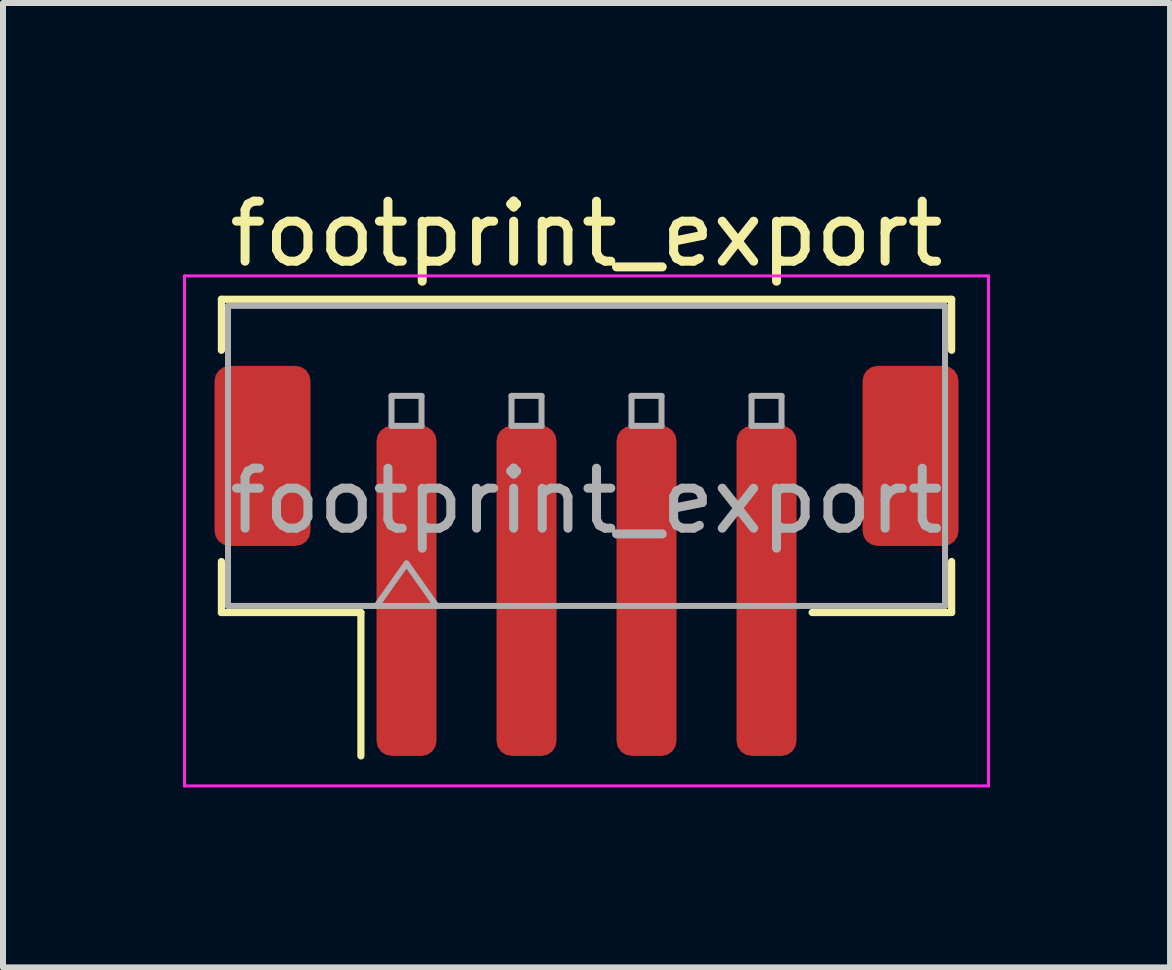
<source format=kicad_pcb>
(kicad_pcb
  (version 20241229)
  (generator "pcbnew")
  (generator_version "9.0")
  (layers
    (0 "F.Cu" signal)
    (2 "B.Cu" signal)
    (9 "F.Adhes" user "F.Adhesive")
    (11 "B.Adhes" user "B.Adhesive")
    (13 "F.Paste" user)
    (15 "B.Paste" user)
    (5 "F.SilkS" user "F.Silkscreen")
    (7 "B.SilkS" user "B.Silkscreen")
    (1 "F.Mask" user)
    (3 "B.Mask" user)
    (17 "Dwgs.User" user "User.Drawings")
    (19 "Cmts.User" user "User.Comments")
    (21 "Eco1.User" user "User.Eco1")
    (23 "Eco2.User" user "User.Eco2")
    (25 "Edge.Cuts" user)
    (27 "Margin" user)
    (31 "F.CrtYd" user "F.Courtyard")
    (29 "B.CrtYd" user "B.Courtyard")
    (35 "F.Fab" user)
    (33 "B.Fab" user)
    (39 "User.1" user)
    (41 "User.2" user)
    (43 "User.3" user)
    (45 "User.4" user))
  (footprint "footprint_export"
    (layer "F.Cu")
    (at 6.725 6.298)
    (property "Reference" "footprint_export" (at 0 -5.45 0) (layer "F.SilkS") (effects (font (size 1 1) (thickness 0.15))))
    (attr smd)
    (fp_line (start -6.085 -4.36) (end 6.085 -4.36) (stroke (width 0.12) (type solid)) (layer "F.SilkS"))
    (fp_line (start -6.085 -3.51) (end -6.085 -4.36) (stroke (width 0.12) (type solid)) (layer "F.SilkS"))
    (fp_line (start -6.085 0.01) (end -6.085 0.86) (stroke (width 0.12) (type solid)) (layer "F.SilkS"))
    (fp_line (start -6.085 0.86) (end -3.76 0.86) (stroke (width 0.12) (type solid)) (layer "F.SilkS"))
    (fp_line (start -3.76 0.86) (end -3.76 3.25) (stroke (width 0.12) (type solid)) (layer "F.SilkS"))
    (fp_line (start 6.085 -4.36) (end 6.085 -3.51) (stroke (width 0.12) (type solid)) (layer "F.SilkS"))
    (fp_line (start 6.085 0.01) (end 6.085 0.86) (stroke (width 0.12) (type solid)) (layer "F.SilkS"))
    (fp_line (start 6.085 0.86) (end 3.76 0.86) (stroke (width 0.12) (type solid)) (layer "F.SilkS"))
    (fp_line (start -6.7 -4.75) (end -6.7 3.75) (stroke (width 0.05) (type solid)) (layer "F.CrtYd"))
    (fp_line (start -6.7 3.75) (end 6.7 3.75) (stroke (width 0.05) (type solid)) (layer "F.CrtYd"))
    (fp_line (start 6.7 -4.75) (end -6.7 -4.75) (stroke (width 0.05) (type solid)) (layer "F.CrtYd"))
    (fp_line (start 6.7 3.75) (end 6.7 -4.75) (stroke (width 0.05) (type solid)) (layer "F.CrtYd"))
    (fp_line (start -5.975 -4.25) (end 5.975 -4.25) (stroke (width 0.1) (type solid)) (layer "F.Fab"))
    (fp_line (start -5.975 0.75) (end -5.975 -4.25) (stroke (width 0.1) (type solid)) (layer "F.Fab"))
    (fp_line (start -5.975 0.75) (end 5.975 0.75) (stroke (width 0.1) (type solid)) (layer "F.Fab"))
    (fp_line (start -3.5 0.75) (end -3 0.043) (stroke (width 0.1) (type solid)) (layer "F.Fab"))
    (fp_line (start -3.25 -2.75) (end -3.25 -2.25) (stroke (width 0.1) (type solid)) (layer "F.Fab"))
    (fp_line (start -3.25 -2.25) (end -2.75 -2.25) (stroke (width 0.1) (type solid)) (layer "F.Fab"))
    (fp_line (start -3 0.043) (end -2.5 0.75) (stroke (width 0.1) (type solid)) (layer "F.Fab"))
    (fp_line (start -2.75 -2.75) (end -3.25 -2.75) (stroke (width 0.1) (type solid)) (layer "F.Fab"))
    (fp_line (start -2.75 -2.25) (end -2.75 -2.75) (stroke (width 0.1) (type solid)) (layer "F.Fab"))
    (fp_line (start -1.25 -2.75) (end -1.25 -2.25) (stroke (width 0.1) (type solid)) (layer "F.Fab"))
    (fp_line (start -1.25 -2.25) (end -0.75 -2.25) (stroke (width 0.1) (type solid)) (layer "F.Fab"))
    (fp_line (start -0.75 -2.75) (end -1.25 -2.75) (stroke (width 0.1) (type solid)) (layer "F.Fab"))
    (fp_line (start -0.75 -2.25) (end -0.75 -2.75) (stroke (width 0.1) (type solid)) (layer "F.Fab"))
    (fp_line (start 0.75 -2.75) (end 0.75 -2.25) (stroke (width 0.1) (type solid)) (layer "F.Fab"))
    (fp_line (start 0.75 -2.25) (end 1.25 -2.25) (stroke (width 0.1) (type solid)) (layer "F.Fab"))
    (fp_line (start 1.25 -2.75) (end 0.75 -2.75) (stroke (width 0.1) (type solid)) (layer "F.Fab"))
    (fp_line (start 1.25 -2.25) (end 1.25 -2.75) (stroke (width 0.1) (type solid)) (layer "F.Fab"))
    (fp_line (start 2.75 -2.75) (end 2.75 -2.25) (stroke (width 0.1) (type solid)) (layer "F.Fab"))
    (fp_line (start 2.75 -2.25) (end 3.25 -2.25) (stroke (width 0.1) (type solid)) (layer "F.Fab"))
    (fp_line (start 3.25 -2.75) (end 2.75 -2.75) (stroke (width 0.1) (type solid)) (layer "F.Fab"))
    (fp_line (start 3.25 -2.25) (end 3.25 -2.75) (stroke (width 0.1) (type solid)) (layer "F.Fab"))
    (fp_line (start 5.975 0.75) (end 5.975 -4.25) (stroke (width 0.1) (type solid)) (layer "F.Fab"))
    (fp_text user "${REFERENCE}" (at 0 -1 0) (layer "F.Fab") (effects (font (size 1 1) (thickness 0.15))))
    (pad "1" smd roundrect (at -3 0.5) (size 1 5.5) (layers "F.Cu" "F.Mask" "F.Paste") (roundrect_rratio 0.25))
    (pad "2" smd roundrect (at -1 0.5) (size 1 5.5) (layers "F.Cu" "F.Mask" "F.Paste") (roundrect_rratio 0.25))
    (pad "3" smd roundrect (at 1 0.5) (size 1 5.5) (layers "F.Cu" "F.Mask" "F.Paste") (roundrect_rratio 0.25))
    (pad "4" smd roundrect (at 3 0.5) (size 1 5.5) (layers "F.Cu" "F.Mask" "F.Paste") (roundrect_rratio 0.25))
    (pad "MP" smd roundrect (at -5.4 -1.75) (size 1.6 3) (layers "F.Cu" "F.Mask" "F.Paste") (roundrect_rratio 0.156))
    (pad "MP" smd roundrect (at 5.4 -1.75) (size 1.6 3) (layers "F.Cu" "F.Mask" "F.Paste") (roundrect_rratio 0.156)))
  (gr_rect
    (start -3 -3)
    (end 16.45 13.073)
    (stroke (width 0.1) (type default))
    (fill no)
    (layer "Edge.Cuts")))
</source>
